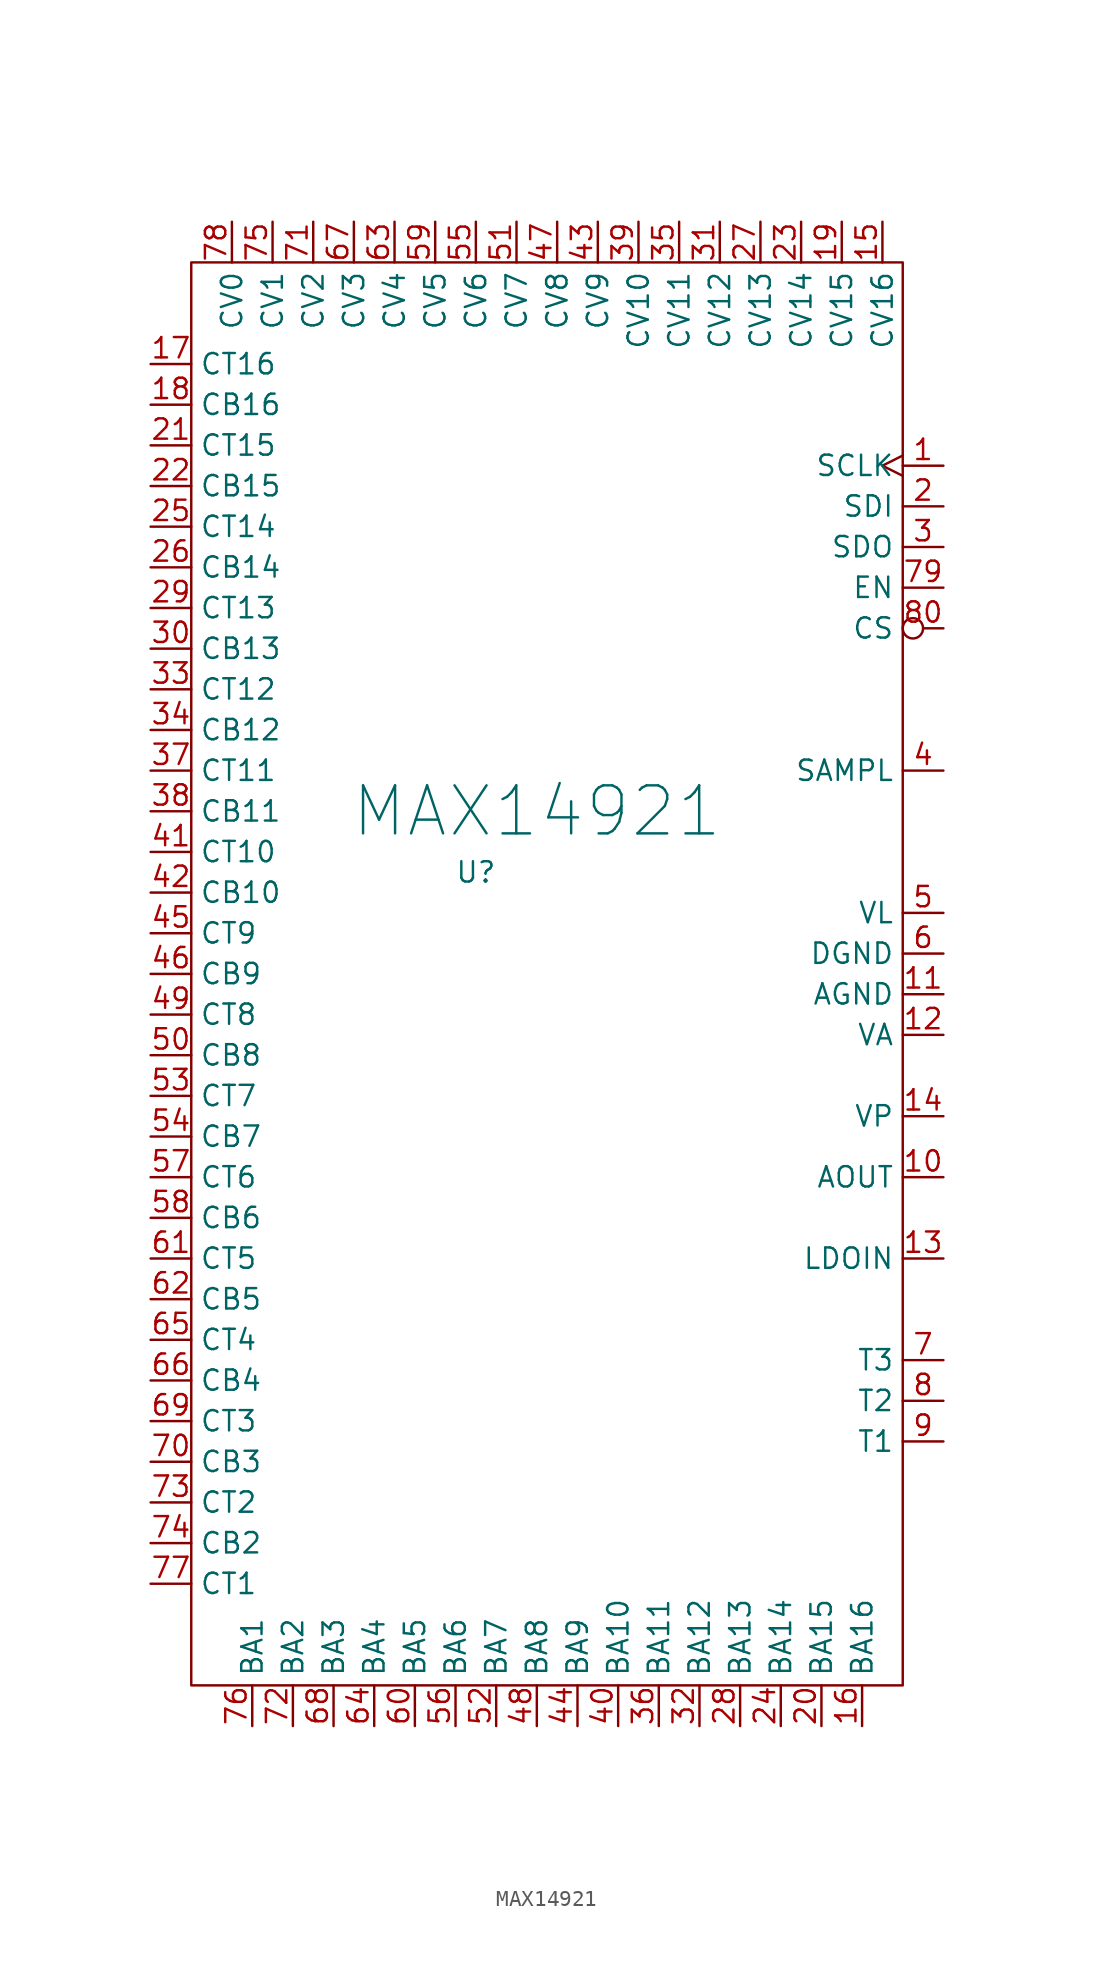
<source format=kicad_sym>
(kicad_symbol_lib
  (version 20220914)
  (generator kicad_symbol_editor)
  (symbol "MAX14921"
    (property "Reference" "U"
      (at -2.54 6.35 0)
      (effects (font (size 1.27 1.27))))
    (property "Value" "MAX14921"
      (at 1.27 10.16 0)
      (effects (font (size 3 3))))
    (symbol "MAX14921_0_0"
      (pin input clock (at 26.67 31.75 180) (length 2.54) (name "SCLK" (effects (font (size 1.27 1.27)))) (number "1" (effects (font (size 1.27 1.27)))))
      (pin passive line (at 26.67 -12.7 180) (length 2.54) (name "AOUT" (effects (font (size 1.27 1.27)))) (number "10" (effects (font (size 1.27 1.27)))))
      (pin power_in line (at 26.67 -1.27 180) (length 2.54) (name "AGND" (effects (font (size 1.27 1.27)))) (number "11" (effects (font (size 1.27 1.27)))))
      (pin power_in line (at 26.67 -3.81 180) (length 2.54) (name "VA" (effects (font (size 1.27 1.27)))) (number "12" (effects (font (size 1.27 1.27)))))
      (pin power_in line (at 26.67 -17.78 180) (length 2.54) (name "LDOIN" (effects (font (size 1.27 1.27)))) (number "13" (effects (font (size 1.27 1.27)))))
      (pin power_in line (at 26.67 -8.89 180) (length 2.54) (name "VP" (effects (font (size 1.27 1.27)))) (number "14" (effects (font (size 1.27 1.27)))))
      (pin passive line (at 22.86 46.99 270) (length 2.54) (name "CV16" (effects (font (size 1.27 1.27)))) (number "15" (effects (font (size 1.27 1.27)))))
      (pin passive line (at 21.59 -46.99 90) (length 2.54) (name "BA16" (effects (font (size 1.27 1.27)))) (number "16" (effects (font (size 1.27 1.27)))))
      (pin passive line (at -22.86 38.1 0) (length 2.54) (name "CT16" (effects (font (size 1.27 1.27)))) (number "17" (effects (font (size 1.27 1.27)))))
      (pin passive line (at -22.86 35.56 0) (length 2.54) (name "CB16" (effects (font (size 1.27 1.27)))) (number "18" (effects (font (size 1.27 1.27)))))
      (pin passive line (at 20.32 46.99 270) (length 2.54) (name "CV15" (effects (font (size 1.27 1.27)))) (number "19" (effects (font (size 1.27 1.27)))))
      (pin input line (at 26.67 29.21 180) (length 2.54) (name "SDI" (effects (font (size 1.27 1.27)))) (number "2" (effects (font (size 1.27 1.27)))))
      (pin passive line (at 19.05 -46.99 90) (length 2.54) (name "BA15" (effects (font (size 1.27 1.27)))) (number "20" (effects (font (size 1.27 1.27)))))
      (pin passive line (at -22.86 33.02 0) (length 2.54) (name "CT15" (effects (font (size 1.27 1.27)))) (number "21" (effects (font (size 1.27 1.27)))))
      (pin passive line (at -22.86 30.48 0) (length 2.54) (name "CB15" (effects (font (size 1.27 1.27)))) (number "22" (effects (font (size 1.27 1.27)))))
      (pin passive line (at 17.78 46.99 270) (length 2.54) (name "CV14" (effects (font (size 1.27 1.27)))) (number "23" (effects (font (size 1.27 1.27)))))
      (pin passive line (at 16.51 -46.99 90) (length 2.54) (name "BA14" (effects (font (size 1.27 1.27)))) (number "24" (effects (font (size 1.27 1.27)))))
      (pin passive line (at -22.86 27.94 0) (length 2.54) (name "CT14" (effects (font (size 1.27 1.27)))) (number "25" (effects (font (size 1.27 1.27)))))
      (pin passive line (at -22.86 25.4 0) (length 2.54) (name "CB14" (effects (font (size 1.27 1.27)))) (number "26" (effects (font (size 1.27 1.27)))))
      (pin passive line (at 15.24 46.99 270) (length 2.54) (name "CV13" (effects (font (size 1.27 1.27)))) (number "27" (effects (font (size 1.27 1.27)))))
      (pin passive line (at 13.97 -46.99 90) (length 2.54) (name "BA13" (effects (font (size 1.27 1.27)))) (number "28" (effects (font (size 1.27 1.27)))))
      (pin passive line (at -22.86 22.86 0) (length 2.54) (name "CT13" (effects (font (size 1.27 1.27)))) (number "29" (effects (font (size 1.27 1.27)))))
      (pin output line (at 26.67 26.67 180) (length 2.54) (name "SDO" (effects (font (size 1.27 1.27)))) (number "3" (effects (font (size 1.27 1.27)))))
      (pin passive line (at -22.86 20.32 0) (length 2.54) (name "CB13" (effects (font (size 1.27 1.27)))) (number "30" (effects (font (size 1.27 1.27)))))
      (pin passive line (at 12.7 46.99 270) (length 2.54) (name "CV12" (effects (font (size 1.27 1.27)))) (number "31" (effects (font (size 1.27 1.27)))))
      (pin passive line (at 11.43 -46.99 90) (length 2.54) (name "BA12" (effects (font (size 1.27 1.27)))) (number "32" (effects (font (size 1.27 1.27)))))
      (pin passive line (at -22.86 17.78 0) (length 2.54) (name "CT12" (effects (font (size 1.27 1.27)))) (number "33" (effects (font (size 1.27 1.27)))))
      (pin passive line (at -22.86 15.24 0) (length 2.54) (name "CB12" (effects (font (size 1.27 1.27)))) (number "34" (effects (font (size 1.27 1.27)))))
      (pin passive line (at 10.16 46.99 270) (length 2.54) (name "CV11" (effects (font (size 1.27 1.27)))) (number "35" (effects (font (size 1.27 1.27)))))
      (pin passive line (at 8.89 -46.99 90) (length 2.54) (name "BA11" (effects (font (size 1.27 1.27)))) (number "36" (effects (font (size 1.27 1.27)))))
      (pin passive line (at -22.86 12.7 0) (length 2.54) (name "CT11" (effects (font (size 1.27 1.27)))) (number "37" (effects (font (size 1.27 1.27)))))
      (pin passive line (at -22.86 10.16 0) (length 2.54) (name "CB11" (effects (font (size 1.27 1.27)))) (number "38" (effects (font (size 1.27 1.27)))))
      (pin passive line (at 7.62 46.99 270) (length 2.54) (name "CV10" (effects (font (size 1.27 1.27)))) (number "39" (effects (font (size 1.27 1.27)))))
      (pin input line (at 26.67 12.7 180) (length 2.54) (name "SAMPL" (effects (font (size 1.27 1.27)))) (number "4" (effects (font (size 1.27 1.27)))))
      (pin passive line (at 6.35 -46.99 90) (length 2.54) (name "BA10" (effects (font (size 1.27 1.27)))) (number "40" (effects (font (size 1.27 1.27)))))
      (pin passive line (at -22.86 7.62 0) (length 2.54) (name "CT10" (effects (font (size 1.27 1.27)))) (number "41" (effects (font (size 1.27 1.27)))))
      (pin passive line (at -22.86 5.08 0) (length 2.54) (name "CB10" (effects (font (size 1.27 1.27)))) (number "42" (effects (font (size 1.27 1.27)))))
      (pin passive line (at 5.08 46.99 270) (length 2.54) (name "CV9" (effects (font (size 1.27 1.27)))) (number "43" (effects (font (size 1.27 1.27)))))
      (pin passive line (at 3.81 -46.99 90) (length 2.54) (name "BA9" (effects (font (size 1.27 1.27)))) (number "44" (effects (font (size 1.27 1.27)))))
      (pin passive line (at -22.86 2.54 0) (length 2.54) (name "CT9" (effects (font (size 1.27 1.27)))) (number "45" (effects (font (size 1.27 1.27)))))
      (pin passive line (at -22.86 0 0) (length 2.54) (name "CB9" (effects (font (size 1.27 1.27)))) (number "46" (effects (font (size 1.27 1.27)))))
      (pin passive line (at 2.54 46.99 270) (length 2.54) (name "CV8" (effects (font (size 1.27 1.27)))) (number "47" (effects (font (size 1.27 1.27)))))
      (pin passive line (at 1.27 -46.99 90) (length 2.54) (name "BA8" (effects (font (size 1.27 1.27)))) (number "48" (effects (font (size 1.27 1.27)))))
      (pin passive line (at -22.86 -2.54 0) (length 2.54) (name "CT8" (effects (font (size 1.27 1.27)))) (number "49" (effects (font (size 1.27 1.27)))))
      (pin power_in line (at 26.67 3.81 180) (length 2.54) (name "VL" (effects (font (size 1.27 1.27)))) (number "5" (effects (font (size 1.27 1.27)))))
      (pin passive line (at -22.86 -5.08 0) (length 2.54) (name "CB8" (effects (font (size 1.27 1.27)))) (number "50" (effects (font (size 1.27 1.27)))))
      (pin passive line (at 0 46.99 270) (length 2.54) (name "CV7" (effects (font (size 1.27 1.27)))) (number "51" (effects (font (size 1.27 1.27)))))
      (pin passive line (at -1.27 -46.99 90) (length 2.54) (name "BA7" (effects (font (size 1.27 1.27)))) (number "52" (effects (font (size 1.27 1.27)))))
      (pin passive line (at -22.86 -7.62 0) (length 2.54) (name "CT7" (effects (font (size 1.27 1.27)))) (number "53" (effects (font (size 1.27 1.27)))))
      (pin passive line (at -22.86 -10.16 0) (length 2.54) (name "CB7" (effects (font (size 1.27 1.27)))) (number "54" (effects (font (size 1.27 1.27)))))
      (pin passive line (at -2.54 46.99 270) (length 2.54) (name "CV6" (effects (font (size 1.27 1.27)))) (number "55" (effects (font (size 1.27 1.27)))))
      (pin passive line (at -3.81 -46.99 90) (length 2.54) (name "BA6" (effects (font (size 1.27 1.27)))) (number "56" (effects (font (size 1.27 1.27)))))
      (pin passive line (at -22.86 -12.7 0) (length 2.54) (name "CT6" (effects (font (size 1.27 1.27)))) (number "57" (effects (font (size 1.27 1.27)))))
      (pin passive line (at -22.86 -15.24 0) (length 2.54) (name "CB6" (effects (font (size 1.27 1.27)))) (number "58" (effects (font (size 1.27 1.27)))))
      (pin passive line (at -5.08 46.99 270) (length 2.54) (name "CV5" (effects (font (size 1.27 1.27)))) (number "59" (effects (font (size 1.27 1.27)))))
      (pin power_in line (at 26.67 1.27 180) (length 2.54) (name "DGND" (effects (font (size 1.27 1.27)))) (number "6" (effects (font (size 1.27 1.27)))))
      (pin passive line (at -6.35 -46.99 90) (length 2.54) (name "BA5" (effects (font (size 1.27 1.27)))) (number "60" (effects (font (size 1.27 1.27)))))
      (pin passive line (at -22.86 -17.78 0) (length 2.54) (name "CT5" (effects (font (size 1.27 1.27)))) (number "61" (effects (font (size 1.27 1.27)))))
      (pin passive line (at -22.86 -20.32 0) (length 2.54) (name "CB5" (effects (font (size 1.27 1.27)))) (number "62" (effects (font (size 1.27 1.27)))))
      (pin passive line (at -7.62 46.99 270) (length 2.54) (name "CV4" (effects (font (size 1.27 1.27)))) (number "63" (effects (font (size 1.27 1.27)))))
      (pin passive line (at -8.89 -46.99 90) (length 2.54) (name "BA4" (effects (font (size 1.27 1.27)))) (number "64" (effects (font (size 1.27 1.27)))))
      (pin passive line (at -22.86 -22.86 0) (length 2.54) (name "CT4" (effects (font (size 1.27 1.27)))) (number "65" (effects (font (size 1.27 1.27)))))
      (pin passive line (at -22.86 -25.4 0) (length 2.54) (name "CB4" (effects (font (size 1.27 1.27)))) (number "66" (effects (font (size 1.27 1.27)))))
      (pin passive line (at -10.16 46.99 270) (length 2.54) (name "CV3" (effects (font (size 1.27 1.27)))) (number "67" (effects (font (size 1.27 1.27)))))
      (pin passive line (at -11.43 -46.99 90) (length 2.54) (name "BA3" (effects (font (size 1.27 1.27)))) (number "68" (effects (font (size 1.27 1.27)))))
      (pin passive line (at -22.86 -27.94 0) (length 2.54) (name "CT3" (effects (font (size 1.27 1.27)))) (number "69" (effects (font (size 1.27 1.27)))))
      (pin passive line (at 26.67 -24.13 180) (length 2.54) (name "T3" (effects (font (size 1.27 1.27)))) (number "7" (effects (font (size 1.27 1.27)))))
      (pin passive line (at -22.86 -30.48 0) (length 2.54) (name "CB3" (effects (font (size 1.27 1.27)))) (number "70" (effects (font (size 1.27 1.27)))))
      (pin passive line (at -12.7 46.99 270) (length 2.54) (name "CV2" (effects (font (size 1.27 1.27)))) (number "71" (effects (font (size 1.27 1.27)))))
      (pin passive line (at -13.97 -46.99 90) (length 2.54) (name "BA2" (effects (font (size 1.27 1.27)))) (number "72" (effects (font (size 1.27 1.27)))))
      (pin passive line (at -22.86 -33.02 0) (length 2.54) (name "CT2" (effects (font (size 1.27 1.27)))) (number "73" (effects (font (size 1.27 1.27)))))
      (pin passive line (at -22.86 -35.56 0) (length 2.54) (name "CB2" (effects (font (size 1.27 1.27)))) (number "74" (effects (font (size 1.27 1.27)))))
      (pin passive line (at -15.24 46.99 270) (length 2.54) (name "CV1" (effects (font (size 1.27 1.27)))) (number "75" (effects (font (size 1.27 1.27)))))
      (pin passive line (at -16.51 -46.99 90) (length 2.54) (name "BA1" (effects (font (size 1.27 1.27)))) (number "76" (effects (font (size 1.27 1.27)))))
      (pin passive line (at -22.86 -38.1 0) (length 2.54) (name "CT1" (effects (font (size 1.27 1.27)))) (number "77" (effects (font (size 1.27 1.27)))))
      (pin passive line (at -17.78 46.99 270) (length 2.54) (name "CV0" (effects (font (size 1.27 1.27)))) (number "78" (effects (font (size 1.27 1.27)))))
      (pin input line (at 26.67 24.13 180) (length 2.54) (name "EN" (effects (font (size 1.27 1.27)))) (number "79" (effects (font (size 1.27 1.27)))))
      (pin passive line (at 26.67 -26.67 180) (length 2.54) (name "T2" (effects (font (size 1.27 1.27)))) (number "8" (effects (font (size 1.27 1.27)))))
      (pin input inverted (at 26.67 21.59 180) (length 2.54) (name "CS" (effects (font (size 1.27 1.27)))) (number "80" (effects (font (size 1.27 1.27)))))
      (pin passive line (at 26.67 -29.21 180) (length 2.54) (name "T1" (effects (font (size 1.27 1.27)))) (number "9" (effects (font (size 1.27 1.27))))))
    (symbol "MAX14921_0_1"
      (rectangle (start -20.32 44.45) (end 24.13 -44.45) (stroke (width 0) (type default)) (fill (type none))))))
</source>
